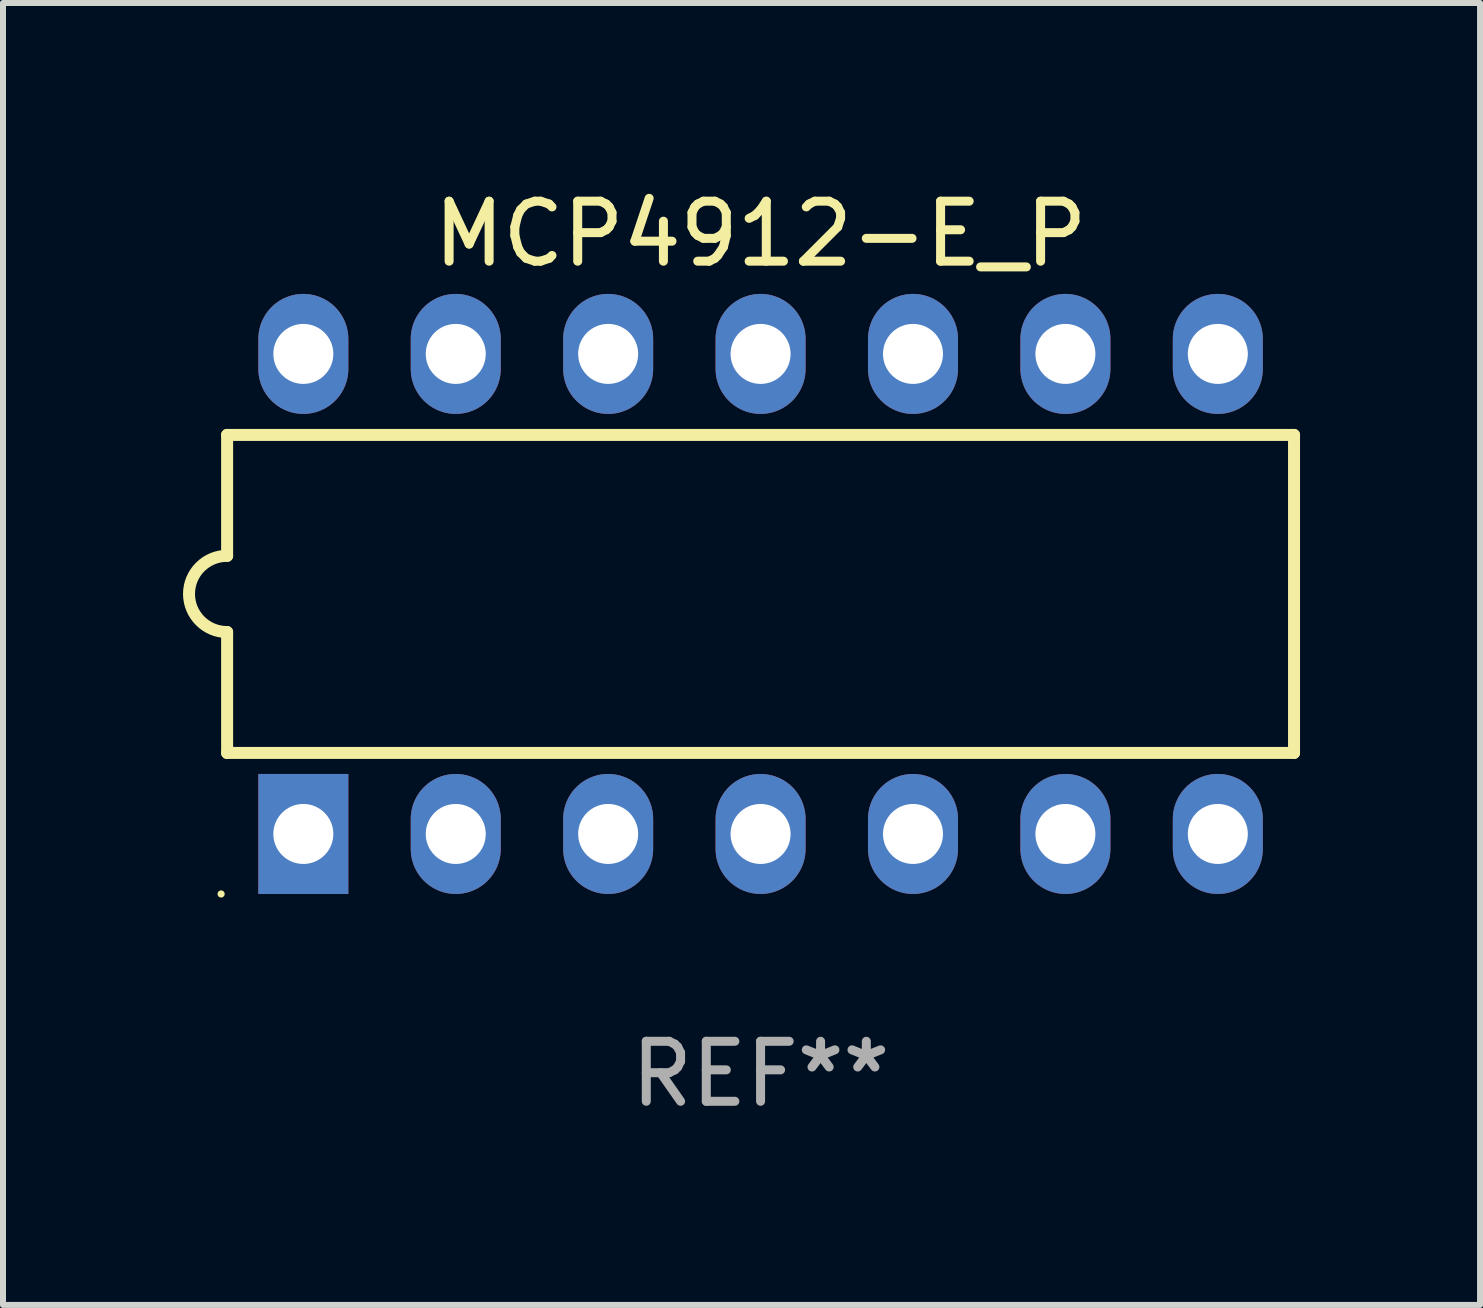
<source format=kicad_pcb>
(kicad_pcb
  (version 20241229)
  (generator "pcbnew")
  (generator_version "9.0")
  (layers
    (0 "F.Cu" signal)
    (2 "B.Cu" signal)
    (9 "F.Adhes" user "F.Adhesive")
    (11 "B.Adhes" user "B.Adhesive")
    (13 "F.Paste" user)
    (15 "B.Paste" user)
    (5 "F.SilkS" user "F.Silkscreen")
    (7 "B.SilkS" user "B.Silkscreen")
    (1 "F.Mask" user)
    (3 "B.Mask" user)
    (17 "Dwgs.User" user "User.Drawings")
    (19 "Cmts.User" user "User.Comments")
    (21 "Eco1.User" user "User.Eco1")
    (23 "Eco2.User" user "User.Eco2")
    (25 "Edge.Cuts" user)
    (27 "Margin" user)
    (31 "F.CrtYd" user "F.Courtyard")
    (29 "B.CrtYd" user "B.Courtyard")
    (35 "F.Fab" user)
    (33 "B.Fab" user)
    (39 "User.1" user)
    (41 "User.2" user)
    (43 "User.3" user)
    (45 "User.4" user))
  (footprint "MCP4912-E_P"
    (layer "F.Cu")
    (at 9.625 6.848)
    (property "Reference" "MCP4912-E_P" (at 0 -6 0) (layer "F.SilkS") (effects (font (size 1 1) (thickness 0.15))))
    (attr through_hole)
    (fp_line (start -8.89 -2.65) (end -8.89 -0.635) (stroke (width 0.2) (type solid)) (layer "F.SilkS"))
    (fp_line (start -8.89 0.635) (end -8.89 2.65) (stroke (width 0.2) (type solid)) (layer "F.SilkS"))
    (fp_line (start -8.89 2.65) (end 8.89 2.65) (stroke (width 0.2) (type solid)) (layer "F.SilkS"))
    (fp_line (start 8.89 -2.65) (end -8.89 -2.65) (stroke (width 0.2) (type solid)) (layer "F.SilkS"))
    (fp_line (start 8.89 2.65) (end 8.89 -2.65) (stroke (width 0.2) (type solid)) (layer "F.SilkS"))
    (fp_arc (start -8.890018 0.635001) (mid -9.525019 0) (end -8.890018 -0.635001) (stroke (width 0.2) (type solid)) (layer "F.SilkS"))
    (fp_circle (center -8.99 5) (end -8.96 5) (stroke (width 0.06) (type solid)) (fill no) (layer "F.SilkS"))
    (fp_text user "REF**" (at 0 8 0) (layer "F.Fab") (effects (font (size 1 1) (thickness 0.15))))
    (pad "1" thru_hole rect (at -7.62 4 90) (size 2 1.5) (drill 1) (layers "*.Cu" "*.Mask"))
    (pad "2" thru_hole oval (at -5.08 4 90) (size 2 1.5) (drill 1) (layers "*.Cu" "*.Mask"))
    (pad "3" thru_hole oval (at -2.54 4 90) (size 2 1.5) (drill 1) (layers "*.Cu" "*.Mask"))
    (pad "4" thru_hole oval (at 0 4 90) (size 2 1.5) (drill 1) (layers "*.Cu" "*.Mask"))
    (pad "5" thru_hole oval (at 2.54 4 90) (size 2 1.5) (drill 1) (layers "*.Cu" "*.Mask"))
    (pad "6" thru_hole oval (at 5.08 4 90) (size 2 1.5) (drill 1) (layers "*.Cu" "*.Mask"))
    (pad "7" thru_hole oval (at 7.62 4 90) (size 2 1.5) (drill 1) (layers "*.Cu" "*.Mask"))
    (pad "8" thru_hole oval (at 7.62 -4 90) (size 2 1.5) (drill 1) (layers "*.Cu" "*.Mask"))
    (pad "9" thru_hole oval (at 5.08 -4 90) (size 2 1.5) (drill 1) (layers "*.Cu" "*.Mask"))
    (pad "10" thru_hole oval (at 2.54 -4 90) (size 2 1.5) (drill 1) (layers "*.Cu" "*.Mask"))
    (pad "11" thru_hole oval (at 0 -4 90) (size 2 1.5) (drill 1) (layers "*.Cu" "*.Mask"))
    (pad "12" thru_hole oval (at -2.54 -4 90) (size 2 1.5) (drill 1) (layers "*.Cu" "*.Mask"))
    (pad "13" thru_hole oval (at -5.08 -4 90) (size 2 1.5) (drill 1) (layers "*.Cu" "*.Mask"))
    (pad "14" thru_hole oval (at -7.62 -4 90) (size 2 1.5) (drill 1) (layers "*.Cu" "*.Mask")))
  (gr_rect
    (start -3 -3)
    (end 21.615 18.697)
    (stroke (width 0.1) (type default))
    (fill no)
    (layer "Edge.Cuts")))
</source>
